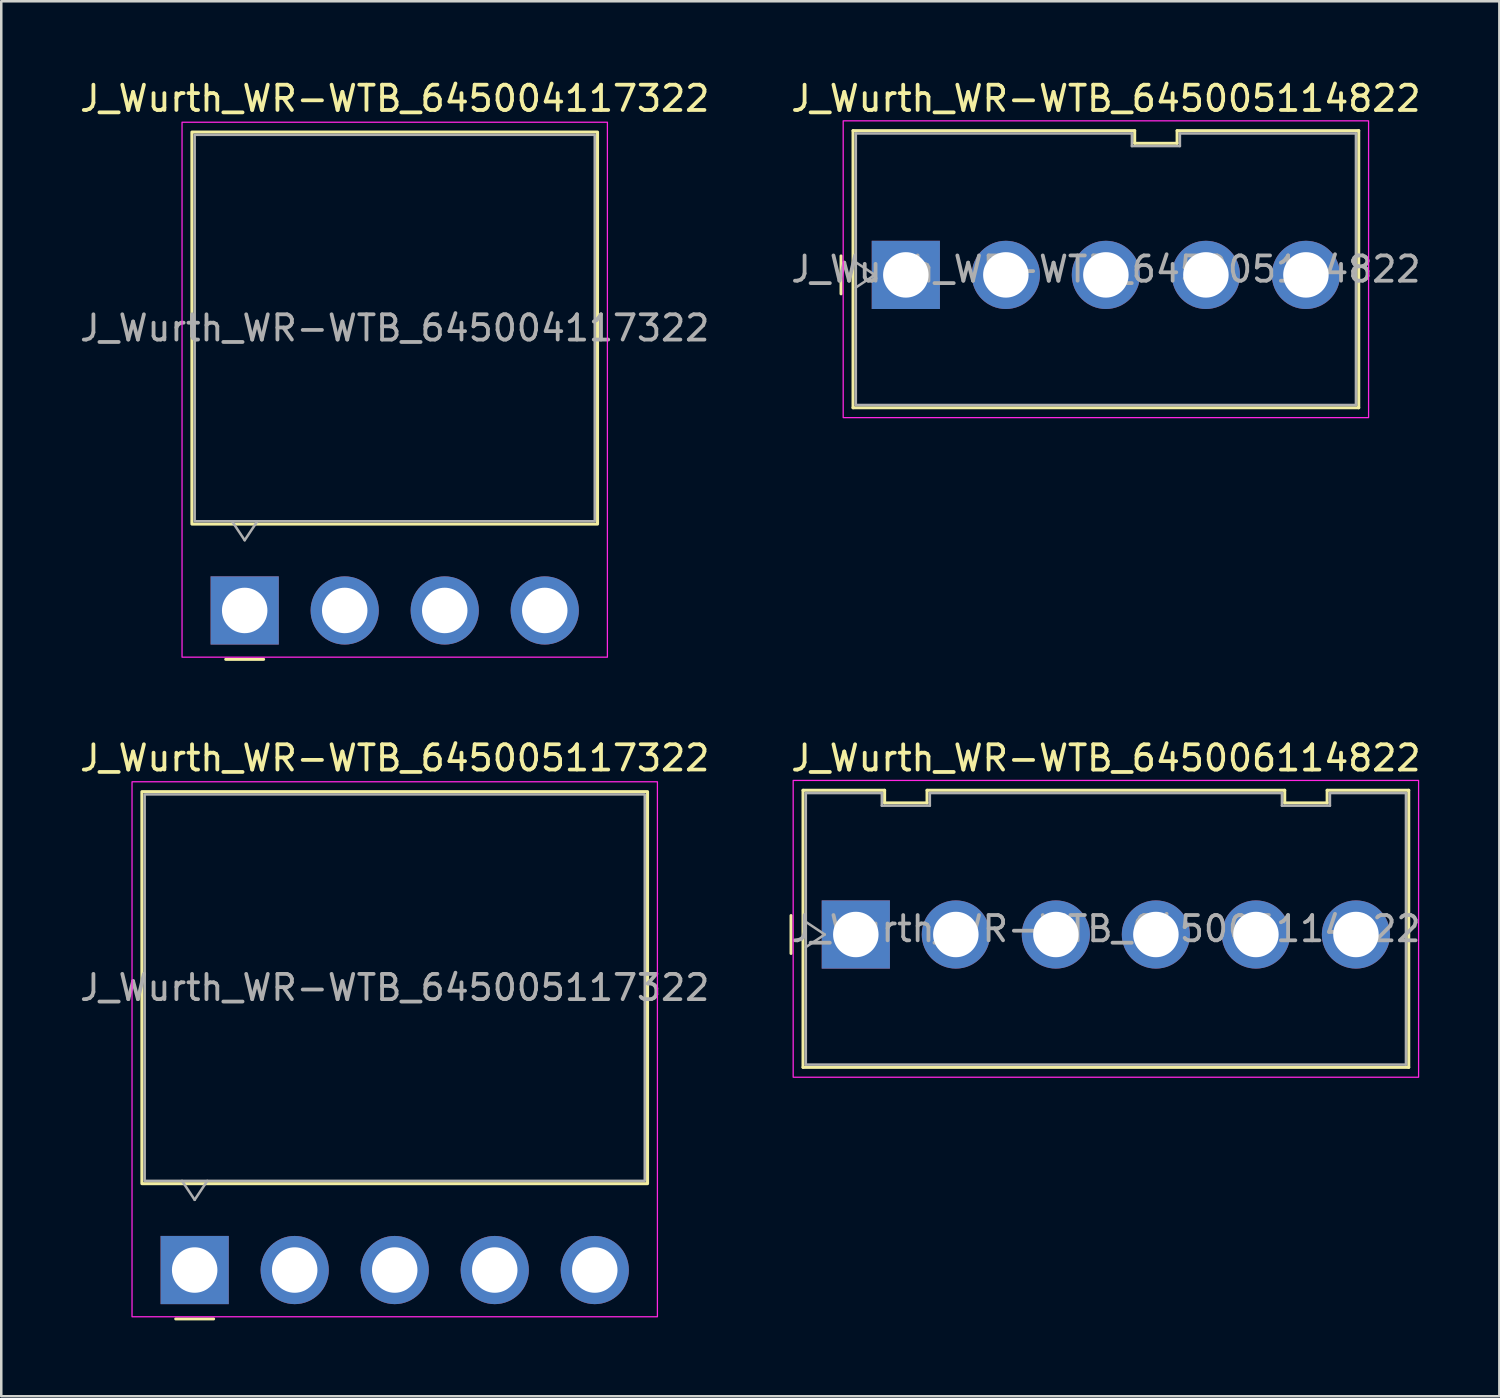
<source format=kicad_pcb>
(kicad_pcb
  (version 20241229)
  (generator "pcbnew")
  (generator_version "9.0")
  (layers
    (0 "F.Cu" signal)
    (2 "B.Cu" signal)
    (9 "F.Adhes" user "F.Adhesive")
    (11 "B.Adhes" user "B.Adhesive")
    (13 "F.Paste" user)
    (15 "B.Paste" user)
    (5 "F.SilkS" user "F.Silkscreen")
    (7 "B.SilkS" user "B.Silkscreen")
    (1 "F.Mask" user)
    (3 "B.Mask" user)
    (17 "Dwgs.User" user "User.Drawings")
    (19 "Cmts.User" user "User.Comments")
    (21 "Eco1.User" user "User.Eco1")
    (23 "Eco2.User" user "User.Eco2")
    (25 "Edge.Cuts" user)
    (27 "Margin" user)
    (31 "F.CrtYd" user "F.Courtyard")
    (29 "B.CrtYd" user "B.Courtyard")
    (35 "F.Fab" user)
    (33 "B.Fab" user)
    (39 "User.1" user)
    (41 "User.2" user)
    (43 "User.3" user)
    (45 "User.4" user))
  (footprint "J_Wurth_WR-WTB_645005117322"
    (layer "F.Cu")
    (at 4.657 47.231)
    (property "Reference" "J_Wurth_WR-WTB_645005117322" (at 7.92 -20.27 0) (unlocked yes) (layer "F.SilkS") (effects (font (size 1 1) (thickness 0.15))))
    (attr through_hole)
    (fp_line (start -0.75 1.935) (end 0.75 1.935) (stroke (width 0.12) (type solid)) (layer "F.SilkS"))
    (fp_rect (start -2.09 -18.94) (end 17.93 -3.42) (stroke (width 0.12) (type solid)) (fill no) (layer "F.SilkS"))
    (fp_rect (start -2.48 -19.33) (end 18.32 1.85) (stroke (width 0.05) (type solid)) (fill no) (layer "F.CrtYd"))
    (fp_line (start 0 -2.78) (end -0.5 -3.53) (stroke (width 0.1) (type solid)) (layer "F.Fab"))
    (fp_line (start 0 -2.78) (end 0.5 -3.53) (stroke (width 0.1) (type solid)) (layer "F.Fab"))
    (fp_rect (start -1.98 -18.83) (end 17.82 -3.53) (stroke (width 0.1) (type solid)) (fill no) (layer "F.Fab"))
    (fp_text user "${REFERENCE}" (at 7.92 -11.18 0) (unlocked yes) (layer "F.Fab") (effects (font (size 1 1) (thickness 0.15))))
    (pad "1" thru_hole rect (at 0 0 180) (size 2.7 2.7) (drill 1.8) (layers "*.Cu" "*.Mask"))
    (pad "2" thru_hole circle (at 3.96 0 180) (size 2.7 2.7) (drill 1.8) (layers "*.Cu" "*.Mask"))
    (pad "3" thru_hole circle (at 7.92 0 180) (size 2.7 2.7) (drill 1.8) (layers "*.Cu" "*.Mask"))
    (pad "4" thru_hole circle (at 11.88 0 180) (size 2.7 2.7) (drill 1.8) (layers "*.Cu" "*.Mask"))
    (pad "5" thru_hole circle (at 15.84 0 180) (size 2.7 2.7) (drill 1.8) (layers "*.Cu" "*.Mask")))
  (footprint "J_Wurth_WR-WTB_645004117322"
    (layer "F.Cu")
    (at 6.637 21.118)
    (property "Reference" "J_Wurth_WR-WTB_645004117322" (at 5.94 -20.27 0) (unlocked yes) (layer "F.SilkS") (effects (font (size 1 1) (thickness 0.15))))
    (attr through_hole)
    (fp_line (start -0.75 1.935) (end 0.75 1.935) (stroke (width 0.12) (type solid)) (layer "F.SilkS"))
    (fp_rect (start -2.09 -18.94) (end 13.97 -3.42) (stroke (width 0.12) (type solid)) (fill no) (layer "F.SilkS"))
    (fp_rect (start -2.48 -19.33) (end 14.36 1.85) (stroke (width 0.05) (type solid)) (fill no) (layer "F.CrtYd"))
    (fp_line (start 0 -2.78) (end -0.5 -3.53) (stroke (width 0.1) (type solid)) (layer "F.Fab"))
    (fp_line (start 0 -2.78) (end 0.5 -3.53) (stroke (width 0.1) (type solid)) (layer "F.Fab"))
    (fp_rect (start -1.98 -18.83) (end 13.86 -3.53) (stroke (width 0.1) (type solid)) (fill no) (layer "F.Fab"))
    (fp_text user "${REFERENCE}" (at 5.94 -11.18 0) (unlocked yes) (layer "F.Fab") (effects (font (size 1 1) (thickness 0.15))))
    (pad "1" thru_hole rect (at 0 0 180) (size 2.7 2.7) (drill 1.8) (layers "*.Cu" "*.Mask"))
    (pad "2" thru_hole circle (at 3.96 0 180) (size 2.7 2.7) (drill 1.8) (layers "*.Cu" "*.Mask"))
    (pad "3" thru_hole circle (at 7.92 0 180) (size 2.7 2.7) (drill 1.8) (layers "*.Cu" "*.Mask"))
    (pad "4" thru_hole circle (at 11.88 0 180) (size 2.7 2.7) (drill 1.8) (layers "*.Cu" "*.Mask")))
  (footprint "J_Wurth_WR-WTB_645005114822"
    (layer "F.Cu")
    (at 32.812 7.833)
    (property "Reference" "J_Wurth_WR-WTB_645005114822" (at 7.92 -6.985 0) (unlocked yes) (layer "F.SilkS") (effects (font (size 1 1) (thickness 0.15))))
    (attr through_hole)
    (fp_line (start -2.565 -0.75) (end -2.565 0.75) (stroke (width 0.12) (type solid)) (layer "F.SilkS"))
    (fp_line (start -2.09 5.26) (end -2.09 -5.71) (stroke (width 0.12) (type default)) (layer "F.SilkS"))
    (fp_line (start 9.06 -5.71) (end -2.09 -5.71) (stroke (width 0.12) (type solid)) (layer "F.SilkS"))
    (fp_line (start 9.06 -5.71) (end 9.06 -5.21) (stroke (width 0.12) (type solid)) (layer "F.SilkS"))
    (fp_line (start 10.74 -5.71) (end 10.74 -5.21) (stroke (width 0.12) (type solid)) (layer "F.SilkS"))
    (fp_line (start 10.74 -5.21) (end 9.06 -5.21) (stroke (width 0.12) (type solid)) (layer "F.SilkS"))
    (fp_line (start 17.93 -5.71) (end 10.74 -5.71) (stroke (width 0.12) (type solid)) (layer "F.SilkS"))
    (fp_line (start 17.93 -5.71) (end 17.93 5.26) (stroke (width 0.12) (type default)) (layer "F.SilkS"))
    (fp_line (start 17.93 5.26) (end -2.09 5.26) (stroke (width 0.12) (type default)) (layer "F.SilkS"))
    (fp_rect (start -2.48 -6.1) (end 18.32 5.65) (stroke (width 0.05) (type solid)) (fill no) (layer "F.CrtYd"))
    (fp_line (start -1.98 5.15) (end -1.98 -5.6) (stroke (width 0.1) (type default)) (layer "F.Fab"))
    (fp_line (start -1.23 0) (end -1.98 -0.5) (stroke (width 0.1) (type solid)) (layer "F.Fab"))
    (fp_line (start -1.23 0) (end -1.98 0.5) (stroke (width 0.1) (type solid)) (layer "F.Fab"))
    (fp_line (start 8.95 -5.6) (end -1.98 -5.6) (stroke (width 0.1) (type solid)) (layer "F.Fab"))
    (fp_line (start 8.95 -5.6) (end 8.95 -5.1) (stroke (width 0.1) (type default)) (layer "F.Fab"))
    (fp_line (start 10.85 -5.6) (end 10.85 -5.1) (stroke (width 0.1) (type default)) (layer "F.Fab"))
    (fp_line (start 10.85 -5.1) (end 8.95 -5.1) (stroke (width 0.1) (type solid)) (layer "F.Fab"))
    (fp_line (start 17.82 -5.6) (end 10.85 -5.6) (stroke (width 0.1) (type solid)) (layer "F.Fab"))
    (fp_line (start 17.82 -5.6) (end 17.82 5.15) (stroke (width 0.1) (type default)) (layer "F.Fab"))
    (fp_line (start 17.82 5.15) (end -1.98 5.15) (stroke (width 0.1) (type default)) (layer "F.Fab"))
    (fp_text user "${REFERENCE}" (at 7.92 -0.225 0) (unlocked yes) (layer "F.Fab") (effects (font (size 1 1) (thickness 0.15))))
    (pad "1" thru_hole rect (at 0 0 180) (size 2.7 2.7) (drill 1.8) (layers "*.Cu" "*.Mask"))
    (pad "2" thru_hole circle (at 3.96 0 180) (size 2.7 2.7) (drill 1.8) (layers "*.Cu" "*.Mask"))
    (pad "3" thru_hole circle (at 7.92 0 180) (size 2.7 2.7) (drill 1.8) (layers "*.Cu" "*.Mask"))
    (pad "4" thru_hole circle (at 11.88 0 180) (size 2.7 2.7) (drill 1.8) (layers "*.Cu" "*.Mask"))
    (pad "5" thru_hole circle (at 15.84 0 180) (size 2.7 2.7) (drill 1.8) (layers "*.Cu" "*.Mask")))
  (footprint "J_Wurth_WR-WTB_645006114822"
    (layer "F.Cu")
    (at 30.832 33.947)
    (property "Reference" "J_Wurth_WR-WTB_645006114822" (at 9.9 -6.985 0) (unlocked yes) (layer "F.SilkS") (effects (font (size 1 1) (thickness 0.15))))
    (attr through_hole)
    (fp_line (start -2.565 -0.75) (end -2.565 0.75) (stroke (width 0.12) (type solid)) (layer "F.SilkS"))
    (fp_line (start -2.09 5.26) (end -2.09 -5.71) (stroke (width 0.12) (type default)) (layer "F.SilkS"))
    (fp_line (start 1.14 -5.71) (end -2.09 -5.71) (stroke (width 0.12) (type solid)) (layer "F.SilkS"))
    (fp_line (start 1.14 -5.71) (end 1.14 -5.21) (stroke (width 0.12) (type solid)) (layer "F.SilkS"))
    (fp_line (start 2.82 -5.71) (end 2.82 -5.21) (stroke (width 0.12) (type solid)) (layer "F.SilkS"))
    (fp_line (start 2.82 -5.71) (end 16.98 -5.71) (stroke (width 0.12) (type solid)) (layer "F.SilkS"))
    (fp_line (start 2.82 -5.21) (end 1.14 -5.21) (stroke (width 0.12) (type solid)) (layer "F.SilkS"))
    (fp_line (start 16.98 -5.71) (end 16.98 -5.21) (stroke (width 0.12) (type solid)) (layer "F.SilkS"))
    (fp_line (start 18.66 -5.71) (end 18.66 -5.21) (stroke (width 0.12) (type solid)) (layer "F.SilkS"))
    (fp_line (start 18.66 -5.21) (end 16.98 -5.21) (stroke (width 0.12) (type solid)) (layer "F.SilkS"))
    (fp_line (start 21.89 -5.71) (end 18.66 -5.71) (stroke (width 0.12) (type solid)) (layer "F.SilkS"))
    (fp_line (start 21.89 -5.71) (end 21.89 5.26) (stroke (width 0.12) (type default)) (layer "F.SilkS"))
    (fp_line (start 21.89 5.26) (end -2.09 5.26) (stroke (width 0.12) (type default)) (layer "F.SilkS"))
    (fp_rect (start -2.48 -6.1) (end 22.28 5.65) (stroke (width 0.05) (type solid)) (fill no) (layer "F.CrtYd"))
    (fp_line (start -1.98 5.15) (end -1.98 -5.6) (stroke (width 0.1) (type default)) (layer "F.Fab"))
    (fp_line (start -1.23 0) (end -1.98 -0.5) (stroke (width 0.1) (type solid)) (layer "F.Fab"))
    (fp_line (start -1.23 0) (end -1.98 0.5) (stroke (width 0.1) (type solid)) (layer "F.Fab"))
    (fp_line (start 1.03 -5.6) (end -1.98 -5.6) (stroke (width 0.1) (type solid)) (layer "F.Fab"))
    (fp_line (start 1.03 -5.6) (end 1.03 -5.1) (stroke (width 0.1) (type default)) (layer "F.Fab"))
    (fp_line (start 2.93 -5.6) (end 2.93 -5.1) (stroke (width 0.1) (type default)) (layer "F.Fab"))
    (fp_line (start 2.93 -5.1) (end 1.03 -5.1) (stroke (width 0.1) (type solid)) (layer "F.Fab"))
    (fp_line (start 16.87 -5.6) (end 2.93 -5.6) (stroke (width 0.1) (type default)) (layer "F.Fab"))
    (fp_line (start 16.87 -5.6) (end 16.87 -5.1) (stroke (width 0.1) (type default)) (layer "F.Fab"))
    (fp_line (start 18.77 -5.6) (end 18.77 -5.1) (stroke (width 0.1) (type default)) (layer "F.Fab"))
    (fp_line (start 18.77 -5.1) (end 16.87 -5.1) (stroke (width 0.1) (type solid)) (layer "F.Fab"))
    (fp_line (start 21.78 -5.6) (end 18.77 -5.6) (stroke (width 0.1) (type solid)) (layer "F.Fab"))
    (fp_line (start 21.78 -5.6) (end 21.78 5.15) (stroke (width 0.1) (type default)) (layer "F.Fab"))
    (fp_line (start 21.78 5.15) (end -1.98 5.15) (stroke (width 0.1) (type default)) (layer "F.Fab"))
    (fp_text user "${REFERENCE}" (at 9.9 -0.225 0) (unlocked yes) (layer "F.Fab") (effects (font (size 1 1) (thickness 0.15))))
    (pad "1" thru_hole rect (at 0 0 180) (size 2.7 2.7) (drill 1.8) (layers "*.Cu" "*.Mask"))
    (pad "2" thru_hole circle (at 3.96 0 180) (size 2.7 2.7) (drill 1.8) (layers "*.Cu" "*.Mask"))
    (pad "3" thru_hole circle (at 7.92 0 180) (size 2.7 2.7) (drill 1.8) (layers "*.Cu" "*.Mask"))
    (pad "4" thru_hole circle (at 11.88 0 180) (size 2.7 2.7) (drill 1.8) (layers "*.Cu" "*.Mask"))
    (pad "5" thru_hole circle (at 15.84 0 180) (size 2.7 2.7) (drill 1.8) (layers "*.Cu" "*.Mask"))
    (pad "6" thru_hole circle (at 19.8 0 180) (size 2.7 2.7) (drill 1.8) (layers "*.Cu" "*.Mask")))
  (gr_rect
    (start -3 -3)
    (end 56.31 52.227)
    (stroke (width 0.1) (type default))
    (fill no)
    (layer "Edge.Cuts")))
</source>
